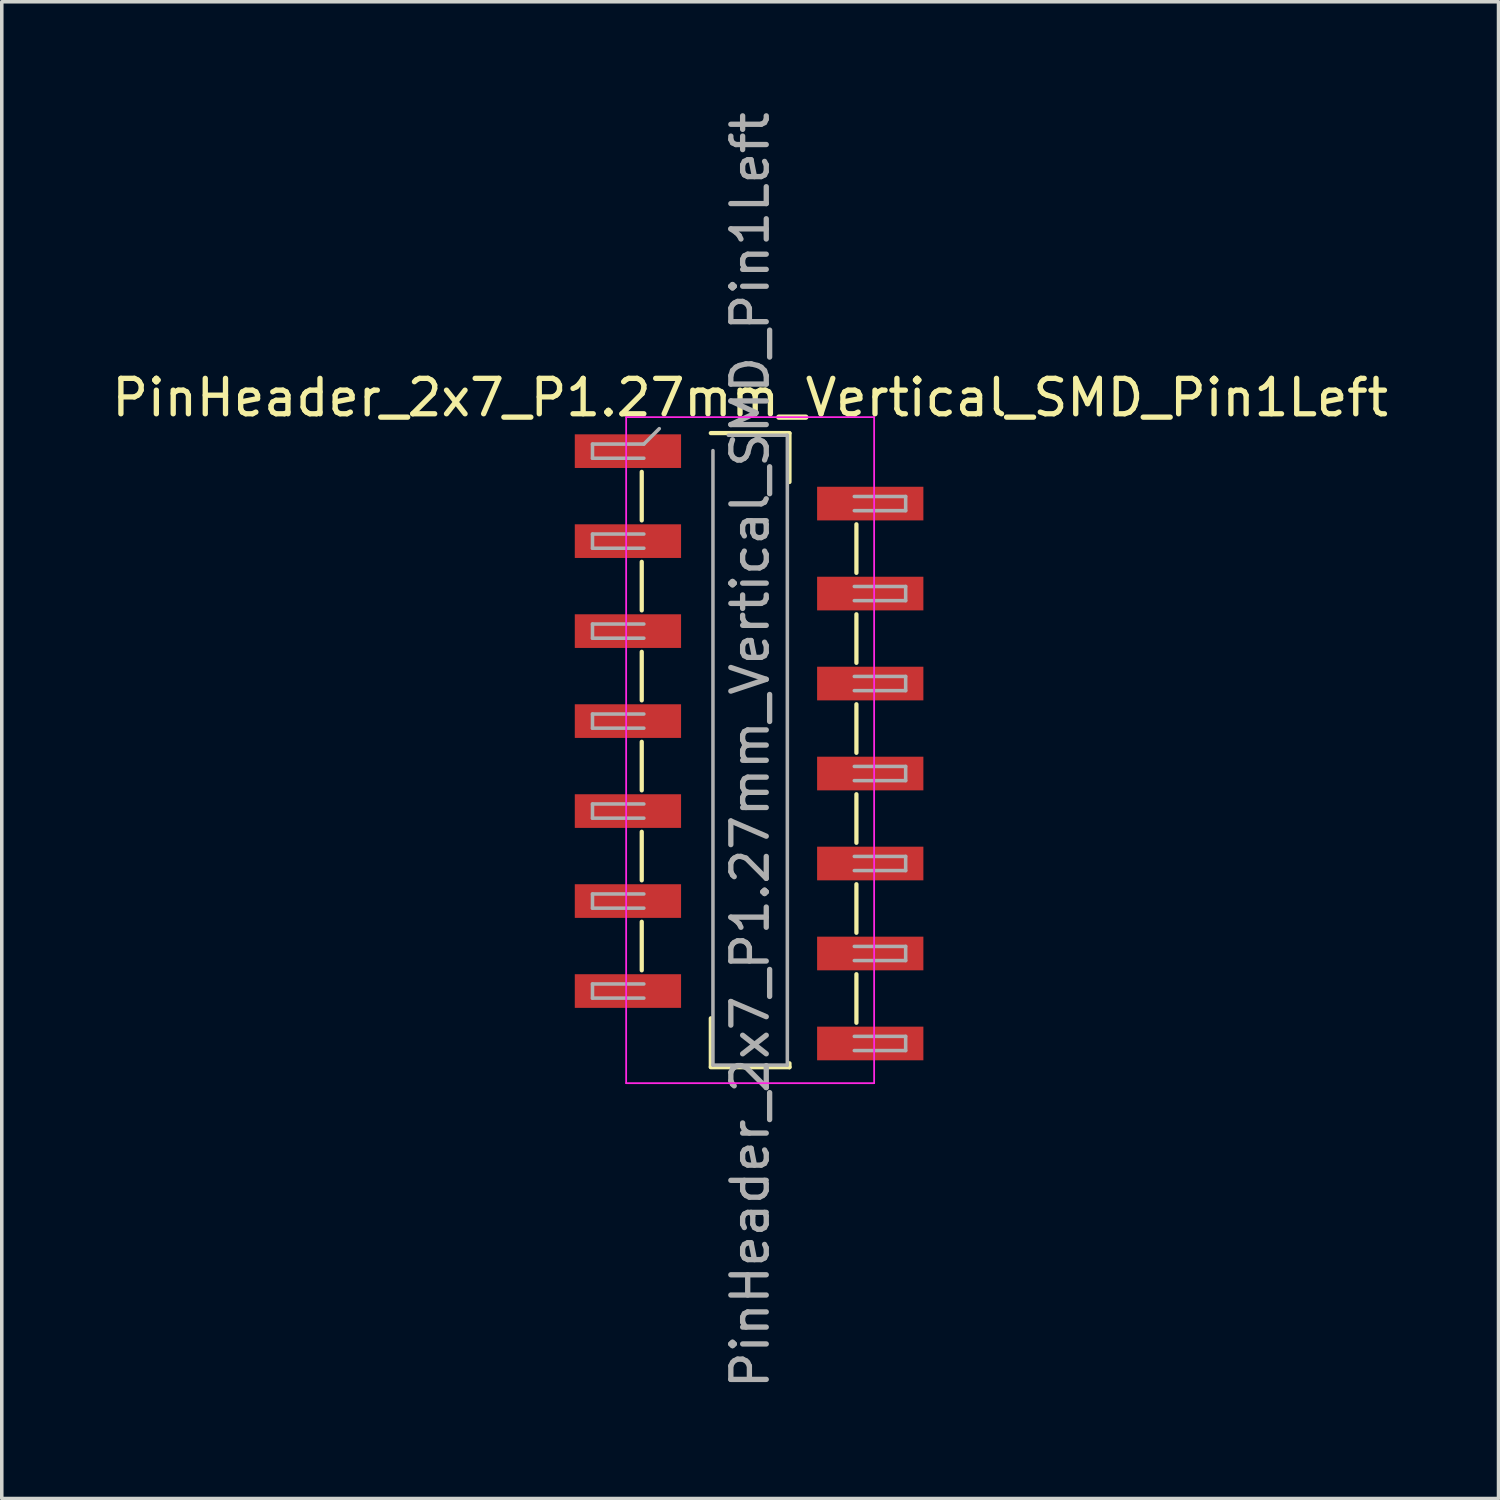
<source format=kicad_pcb>
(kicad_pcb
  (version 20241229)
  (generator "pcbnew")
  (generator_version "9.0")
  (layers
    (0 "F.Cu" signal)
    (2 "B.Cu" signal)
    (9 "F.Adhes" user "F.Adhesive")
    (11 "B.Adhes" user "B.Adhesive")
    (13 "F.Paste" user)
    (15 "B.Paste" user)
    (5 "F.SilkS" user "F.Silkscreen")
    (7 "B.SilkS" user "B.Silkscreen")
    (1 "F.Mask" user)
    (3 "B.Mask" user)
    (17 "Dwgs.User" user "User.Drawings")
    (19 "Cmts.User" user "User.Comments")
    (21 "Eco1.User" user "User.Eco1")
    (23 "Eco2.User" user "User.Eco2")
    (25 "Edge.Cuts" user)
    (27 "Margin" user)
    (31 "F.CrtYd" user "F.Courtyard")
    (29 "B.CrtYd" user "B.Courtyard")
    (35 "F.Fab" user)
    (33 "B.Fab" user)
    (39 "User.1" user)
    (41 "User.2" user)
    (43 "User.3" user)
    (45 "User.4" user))
  (footprint "PinHeader_2x7_P1.27mm_Vertical_SMD_Pin1Left"
    (layer "F.Cu")
    (at 18.125 18.125)
    (property "Reference" "PinHeader_2x7_P1.27mm_Vertical_SMD_Pin1Left" (at 0 -9.95 0) (layer "F.SilkS") (effects (font (size 1 1) (thickness 0.15))))
    (attr smd)
    (fp_line (start -3.06 -7.855) (end -3.06 -6.485) (stroke (width 0.12) (type solid)) (layer "F.SilkS"))
    (fp_line (start -3.06 -5.315) (end -3.06 -3.945) (stroke (width 0.12) (type solid)) (layer "F.SilkS"))
    (fp_line (start -3.06 -2.775) (end -3.06 -1.405) (stroke (width 0.12) (type solid)) (layer "F.SilkS"))
    (fp_line (start -3.06 -0.235) (end -3.06 1.135) (stroke (width 0.12) (type solid)) (layer "F.SilkS"))
    (fp_line (start -3.06 2.305) (end -3.06 3.675) (stroke (width 0.12) (type solid)) (layer "F.SilkS"))
    (fp_line (start -3.06 4.845) (end -3.06 6.215) (stroke (width 0.12) (type solid)) (layer "F.SilkS"))
    (fp_line (start -1.11 -8.95) (end 1.11 -8.95) (stroke (width 0.12) (type solid)) (layer "F.SilkS"))
    (fp_line (start -1.11 7.57) (end -1.11 8.94) (stroke (width 0.12) (type solid)) (layer "F.SilkS"))
    (fp_line (start -1.11 8.95) (end 1.11 8.95) (stroke (width 0.12) (type solid)) (layer "F.SilkS"))
    (fp_line (start 1.11 -8.94) (end 1.11 -7.57) (stroke (width 0.12) (type solid)) (layer "F.SilkS"))
    (fp_line (start 1.11 8.84) (end 1.11 8.95) (stroke (width 0.12) (type solid)) (layer "F.SilkS"))
    (fp_line (start 3 -6.375) (end 3 -5.005) (stroke (width 0.12) (type solid)) (layer "F.SilkS"))
    (fp_line (start 3 -3.835) (end 3 -2.465) (stroke (width 0.12) (type solid)) (layer "F.SilkS"))
    (fp_line (start 3 -1.295) (end 3 0.075) (stroke (width 0.12) (type solid)) (layer "F.SilkS"))
    (fp_line (start 3 1.245) (end 3 2.615) (stroke (width 0.12) (type solid)) (layer "F.SilkS"))
    (fp_line (start 3 3.785) (end 3 5.155) (stroke (width 0.12) (type solid)) (layer "F.SilkS"))
    (fp_line (start 3 6.325) (end 3 7.695) (stroke (width 0.12) (type solid)) (layer "F.SilkS"))
    (fp_line (start -3.5 -9.4) (end -3.5 9.4) (stroke (width 0.05) (type solid)) (layer "F.CrtYd"))
    (fp_line (start -3.5 9.4) (end 3.5 9.4) (stroke (width 0.05) (type solid)) (layer "F.CrtYd"))
    (fp_line (start 3.5 -9.4) (end -3.5 -9.4) (stroke (width 0.05) (type solid)) (layer "F.CrtYd"))
    (fp_line (start 3.5 9.4) (end 3.5 -9.4) (stroke (width 0.05) (type solid)) (layer "F.CrtYd"))
    (fp_line (start -4.45 -8.64) (end -4.45 -8.24) (stroke (width 0.1) (type solid)) (layer "F.Fab"))
    (fp_line (start -4.45 -8.24) (end -3 -8.24) (stroke (width 0.1) (type solid)) (layer "F.Fab"))
    (fp_line (start -4.45 -6.1) (end -4.45 -5.7) (stroke (width 0.1) (type solid)) (layer "F.Fab"))
    (fp_line (start -4.45 -5.7) (end -3 -5.7) (stroke (width 0.1) (type solid)) (layer "F.Fab"))
    (fp_line (start -4.45 -3.56) (end -4.45 -3.16) (stroke (width 0.1) (type solid)) (layer "F.Fab"))
    (fp_line (start -4.45 -3.16) (end -3 -3.16) (stroke (width 0.1) (type solid)) (layer "F.Fab"))
    (fp_line (start -4.45 -1.02) (end -4.45 -0.62) (stroke (width 0.1) (type solid)) (layer "F.Fab"))
    (fp_line (start -4.45 -0.62) (end -3 -0.62) (stroke (width 0.1) (type solid)) (layer "F.Fab"))
    (fp_line (start -4.45 1.52) (end -4.45 1.92) (stroke (width 0.1) (type solid)) (layer "F.Fab"))
    (fp_line (start -4.45 1.92) (end -3 1.92) (stroke (width 0.1) (type solid)) (layer "F.Fab"))
    (fp_line (start -4.45 4.06) (end -4.45 4.46) (stroke (width 0.1) (type solid)) (layer "F.Fab"))
    (fp_line (start -4.45 4.46) (end -3 4.46) (stroke (width 0.1) (type solid)) (layer "F.Fab"))
    (fp_line (start -4.45 6.6) (end -4.45 7) (stroke (width 0.1) (type solid)) (layer "F.Fab"))
    (fp_line (start -4.45 7) (end -3 7) (stroke (width 0.1) (type solid)) (layer "F.Fab"))
    (fp_line (start -3 -8.64) (end -4.45 -8.64) (stroke (width 0.1) (type solid)) (layer "F.Fab"))
    (fp_line (start -3 -8.64) (end -2.565 -9.075) (stroke (width 0.1) (type solid)) (layer "F.Fab"))
    (fp_line (start -3 -6.1) (end -4.45 -6.1) (stroke (width 0.1) (type solid)) (layer "F.Fab"))
    (fp_line (start -3 -3.56) (end -4.45 -3.56) (stroke (width 0.1) (type solid)) (layer "F.Fab"))
    (fp_line (start -3 -1.02) (end -4.45 -1.02) (stroke (width 0.1) (type solid)) (layer "F.Fab"))
    (fp_line (start -3 1.52) (end -4.45 1.52) (stroke (width 0.1) (type solid)) (layer "F.Fab"))
    (fp_line (start -3 4.06) (end -4.45 4.06) (stroke (width 0.1) (type solid)) (layer "F.Fab"))
    (fp_line (start -3 6.6) (end -4.45 6.6) (stroke (width 0.1) (type solid)) (layer "F.Fab"))
    (fp_line (start -1.05 8.89) (end -1.05 -8.455) (stroke (width 0.1) (type solid)) (layer "F.Fab"))
    (fp_line (start -0.615 -8.89) (end 1.05 -8.89) (stroke (width 0.1) (type solid)) (layer "F.Fab"))
    (fp_line (start 1.05 -8.89) (end 1.05 8.89) (stroke (width 0.1) (type solid)) (layer "F.Fab"))
    (fp_line (start 1.05 8.89) (end -1.05 8.89) (stroke (width 0.1) (type solid)) (layer "F.Fab"))
    (fp_line (start 2.94 -7.16) (end 4.39 -7.16) (stroke (width 0.1) (type solid)) (layer "F.Fab"))
    (fp_line (start 2.94 -4.62) (end 4.39 -4.62) (stroke (width 0.1) (type solid)) (layer "F.Fab"))
    (fp_line (start 2.94 -2.08) (end 4.39 -2.08) (stroke (width 0.1) (type solid)) (layer "F.Fab"))
    (fp_line (start 2.94 0.46) (end 4.39 0.46) (stroke (width 0.1) (type solid)) (layer "F.Fab"))
    (fp_line (start 2.94 3) (end 4.39 3) (stroke (width 0.1) (type solid)) (layer "F.Fab"))
    (fp_line (start 2.94 5.54) (end 4.39 5.54) (stroke (width 0.1) (type solid)) (layer "F.Fab"))
    (fp_line (start 2.94 8.08) (end 4.39 8.08) (stroke (width 0.1) (type solid)) (layer "F.Fab"))
    (fp_line (start 4.39 -7.16) (end 4.39 -6.76) (stroke (width 0.1) (type solid)) (layer "F.Fab"))
    (fp_line (start 4.39 -6.76) (end 2.94 -6.76) (stroke (width 0.1) (type solid)) (layer "F.Fab"))
    (fp_line (start 4.39 -4.62) (end 4.39 -4.22) (stroke (width 0.1) (type solid)) (layer "F.Fab"))
    (fp_line (start 4.39 -4.22) (end 2.94 -4.22) (stroke (width 0.1) (type solid)) (layer "F.Fab"))
    (fp_line (start 4.39 -2.08) (end 4.39 -1.68) (stroke (width 0.1) (type solid)) (layer "F.Fab"))
    (fp_line (start 4.39 -1.68) (end 2.94 -1.68) (stroke (width 0.1) (type solid)) (layer "F.Fab"))
    (fp_line (start 4.39 0.46) (end 4.39 0.86) (stroke (width 0.1) (type solid)) (layer "F.Fab"))
    (fp_line (start 4.39 0.86) (end 2.94 0.86) (stroke (width 0.1) (type solid)) (layer "F.Fab"))
    (fp_line (start 4.39 3) (end 4.39 3.4) (stroke (width 0.1) (type solid)) (layer "F.Fab"))
    (fp_line (start 4.39 3.4) (end 2.94 3.4) (stroke (width 0.1) (type solid)) (layer "F.Fab"))
    (fp_line (start 4.39 5.54) (end 4.39 5.94) (stroke (width 0.1) (type solid)) (layer "F.Fab"))
    (fp_line (start 4.39 5.94) (end 2.94 5.94) (stroke (width 0.1) (type solid)) (layer "F.Fab"))
    (fp_line (start 4.39 8.08) (end 4.39 8.48) (stroke (width 0.1) (type solid)) (layer "F.Fab"))
    (fp_line (start 4.39 8.48) (end 2.94 8.48) (stroke (width 0.1) (type solid)) (layer "F.Fab"))
    (fp_text user "${REFERENCE}" (at 0 0 90) (layer "F.Fab") (effects (font (size 1 1) (thickness 0.15))))
    (pad "1" smd rect (at -3.45 -8.44) (size 3 0.95) (layers "F.Cu" "F.Mask" "F.Paste"))
    (pad "2" smd rect (at 3.39 -6.96) (size 3 0.95) (layers "F.Cu" "F.Mask" "F.Paste"))
    (pad "3" smd rect (at -3.45 -5.9) (size 3 0.95) (layers "F.Cu" "F.Mask" "F.Paste"))
    (pad "4" smd rect (at 3.39 -4.42) (size 3 0.95) (layers "F.Cu" "F.Mask" "F.Paste"))
    (pad "5" smd rect (at -3.45 -3.36) (size 3 0.95) (layers "F.Cu" "F.Mask" "F.Paste"))
    (pad "6" smd rect (at 3.39 -1.88) (size 3 0.95) (layers "F.Cu" "F.Mask" "F.Paste"))
    (pad "7" smd rect (at -3.45 -0.82) (size 3 0.95) (layers "F.Cu" "F.Mask" "F.Paste"))
    (pad "8" smd rect (at 3.39 0.66) (size 3 0.95) (layers "F.Cu" "F.Mask" "F.Paste"))
    (pad "9" smd rect (at -3.45 1.72) (size 3 0.95) (layers "F.Cu" "F.Mask" "F.Paste"))
    (pad "10" smd rect (at 3.39 3.2) (size 3 0.95) (layers "F.Cu" "F.Mask" "F.Paste"))
    (pad "11" smd rect (at -3.45 4.26) (size 3 0.95) (layers "F.Cu" "F.Mask" "F.Paste"))
    (pad "12" smd rect (at 3.39 5.74) (size 3 0.95) (layers "F.Cu" "F.Mask" "F.Paste"))
    (pad "13" smd rect (at -3.45 6.8) (size 3 0.95) (layers "F.Cu" "F.Mask" "F.Paste"))
    (pad "14" smd rect (at 3.39 8.28) (size 3 0.95) (layers "F.Cu" "F.Mask" "F.Paste")))
  (gr_rect
    (start -3 -3)
    (end 39.25 39.25)
    (stroke (width 0.1) (type default))
    (fill no)
    (layer "Edge.Cuts")))
</source>
